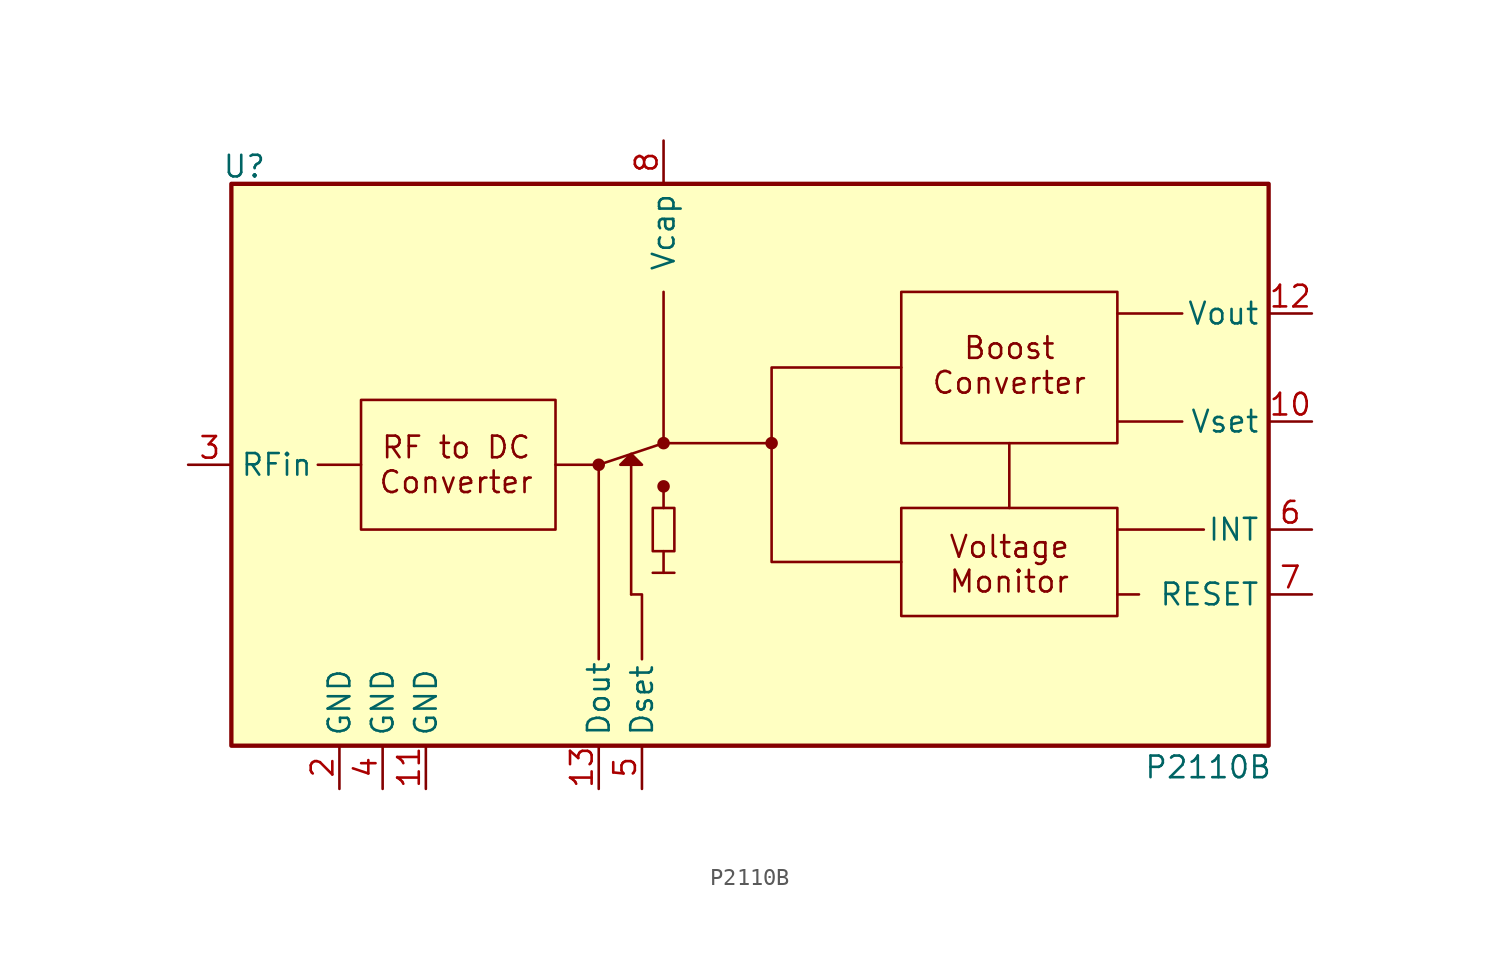
<source format=kicad_sym>
(kicad_symbol_lib
  (version 20241209)
  (generator "kicad_symbol_editor")
  (generator_version "9.0")
  (symbol "P2110B"
    (property "Reference" "U"
      (at -30.988 17.526 0)
      (effects (font (size 1.27 1.27))))
    (property "Value" "P2110B"
      (at 25.654 -17.78 0)
      (effects (font (size 1.27 1.27))))
    (symbol "P2110B_0_1"
      (polyline (pts (xy -26.67 0) (xy -24.13 0)) (stroke (width 0) (type default)) (fill (type none)))
      (rectangle (start -24.13 3.81) (end -12.7 -3.81) (stroke (width 0) (type default)) (fill (type none)))
      (polyline (pts (xy -12.7 0) (xy -10.16 0)) (stroke (width 0) (type default)) (fill (type none))))
    (symbol "P2110B_1_1"
      (rectangle (start -31.75 16.51) (end 29.21 -16.51) (stroke (width 0.254) (type solid)) (fill (type background)))
      (circle (center -10.16 0) (radius 0.292) (stroke (width 0) (type solid)) (fill (type outline)))
      (polyline (pts (xy -10.16 0) (xy -10.16 -11.43)) (stroke (width 0) (type default)) (fill (type none)))
      (polyline (pts (xy -10.16 0) (xy -6.35 1.27)) (stroke (width 0) (type default)) (fill (type none)))
      (polyline (pts (xy -8.255 0.635) (xy -8.255 -7.62)) (stroke (width 0) (type default)) (fill (type none)))
      (polyline (pts (xy -8.255 0.635) (xy -8.89 0) (xy -7.62 0) (xy -8.255 0.635)) (stroke (width 0) (type solid)) (fill (type outline)))
      (polyline (pts (xy -8.255 -7.62) (xy -7.62 -7.62) (xy -7.62 -11.43)) (stroke (width 0) (type default)) (fill (type none)))
      (polyline (pts (xy -6.985 -2.54) (xy -5.715 -2.54) (xy -5.715 -5.08) (xy -6.985 -5.08) (xy -6.985 -2.54)) (stroke (width 0) (type default)) (fill (type none)))
      (polyline (pts (xy -6.985 -6.35) (xy -5.715 -6.35)) (stroke (width 0) (type default)) (fill (type none)))
      (circle (center -6.35 1.27) (radius 0.292) (stroke (width 0) (type solid)) (fill (type outline)))
      (polyline (pts (xy -6.35 1.27) (xy -6.35 10.16)) (stroke (width 0) (type default)) (fill (type none)))
      (polyline (pts (xy -6.35 1.27) (xy 0 1.27) (xy 0 5.715) (xy 7.62 5.715)) (stroke (width 0) (type default)) (fill (type none)))
      (circle (center -6.35 -1.27) (radius 0.292) (stroke (width 0) (type solid)) (fill (type outline)))
      (polyline (pts (xy -6.35 -1.27) (xy -6.35 -2.54)) (stroke (width 0) (type default)) (fill (type none)))
      (polyline (pts (xy -6.35 -5.08) (xy -6.35 -6.35)) (stroke (width 0) (type default)) (fill (type none)))
      (circle (center 0 1.27) (radius 0.292) (stroke (width 0) (type solid)) (fill (type outline)))
      (polyline (pts (xy 0 1.27) (xy 0 -5.715) (xy 7.62 -5.715)) (stroke (width 0) (type default)) (fill (type none)))
      (rectangle (start 7.62 10.16) (end 20.32 1.27) (stroke (width 0) (type default)) (fill (type none)))
      (rectangle (start 7.62 -2.54) (end 20.32 -8.89) (stroke (width 0) (type default)) (fill (type none)))
      (polyline (pts (xy 13.97 1.27) (xy 13.97 -2.54)) (stroke (width 0) (type default)) (fill (type none)))
      (polyline (pts (xy 21.59 -7.62) (xy 20.32 -7.62)) (stroke (width 0) (type default)) (fill (type none)))
      (polyline (pts (xy 24.13 8.89) (xy 20.32 8.89)) (stroke (width 0) (type default)) (fill (type none)))
      (polyline (pts (xy 24.13 2.54) (xy 20.32 2.54)) (stroke (width 0) (type default)) (fill (type none)))
      (polyline (pts (xy 25.4 -3.81) (xy 20.32 -3.81)) (stroke (width 0) (type default)) (fill (type none)))
      (text "RF to DC\nConverter" (at -18.542 0 0) (effects (font (size 1.27 1.27))))
      (text "Boost\nConverter" (at 13.97 5.842 0) (effects (font (size 1.27 1.27))))
      (text "Voltage\nMonitor" (at 13.97 -5.842 0) (effects (font (size 1.27 1.27))))
      (pin input line (at -34.29 0 0) (length 2.54) (name "RFin" (effects (font (size 1.27 1.27)))) (number "3" (effects (font (size 1.27 1.27)))))
      (pin power_in line (at -25.4 -19.05 90) (length 2.54) (name "GND" (effects (font (size 1.27 1.27)))) (number "2" (effects (font (size 1.27 1.27)))))
      (pin no_connect line (at -24.13 19.05 270) (length 2.54) (hide yes) (name "NC" (effects (font (size 1.27 1.27)))) (number "1" (effects (font (size 1.27 1.27)))))
      (pin power_in line (at -22.86 -19.05 90) (length 2.54) (name "GND" (effects (font (size 1.27 1.27)))) (number "4" (effects (font (size 1.27 1.27)))))
      (pin no_connect line (at -21.59 19.05 270) (length 2.54) (hide yes) (name "NC" (effects (font (size 1.27 1.27)))) (number "9" (effects (font (size 1.27 1.27)))))
      (pin power_in line (at -20.32 -19.05 90) (length 2.54) (name "GND" (effects (font (size 1.27 1.27)))) (number "11" (effects (font (size 1.27 1.27)))))
      (pin no_connect line (at -19.05 19.05 270) (length 2.54) (hide yes) (name "NC" (effects (font (size 1.27 1.27)))) (number "14" (effects (font (size 1.27 1.27)))))
      (pin output line (at -10.16 -19.05 90) (length 2.54) (name "Dout" (effects (font (size 1.27 1.27)))) (number "13" (effects (font (size 1.27 1.27)))))
      (pin input line (at -7.62 -19.05 90) (length 2.54) (name "Dset" (effects (font (size 1.27 1.27)))) (number "5" (effects (font (size 1.27 1.27)))))
      (pin power_in line (at -6.35 19.05 270) (length 2.54) (name "Vcap" (effects (font (size 1.27 1.27)))) (number "8" (effects (font (size 1.27 1.27)))))
      (pin power_out line (at 31.75 8.89 180) (length 2.54) (name "Vout" (effects (font (size 1.27 1.27)))) (number "12" (effects (font (size 1.27 1.27)))))
      (pin input line (at 31.75 2.54 180) (length 2.54) (name "Vset" (effects (font (size 1.27 1.27)))) (number "10" (effects (font (size 1.27 1.27)))))
      (pin output line (at 31.75 -3.81 180) (length 2.54) (name "INT" (effects (font (size 1.27 1.27)))) (number "6" (effects (font (size 1.27 1.27)))))
      (pin input line (at 31.75 -7.62 180) (length 2.54) (name "RESET" (effects (font (size 1.27 1.27)))) (number "7" (effects (font (size 1.27 1.27))))))))
</source>
